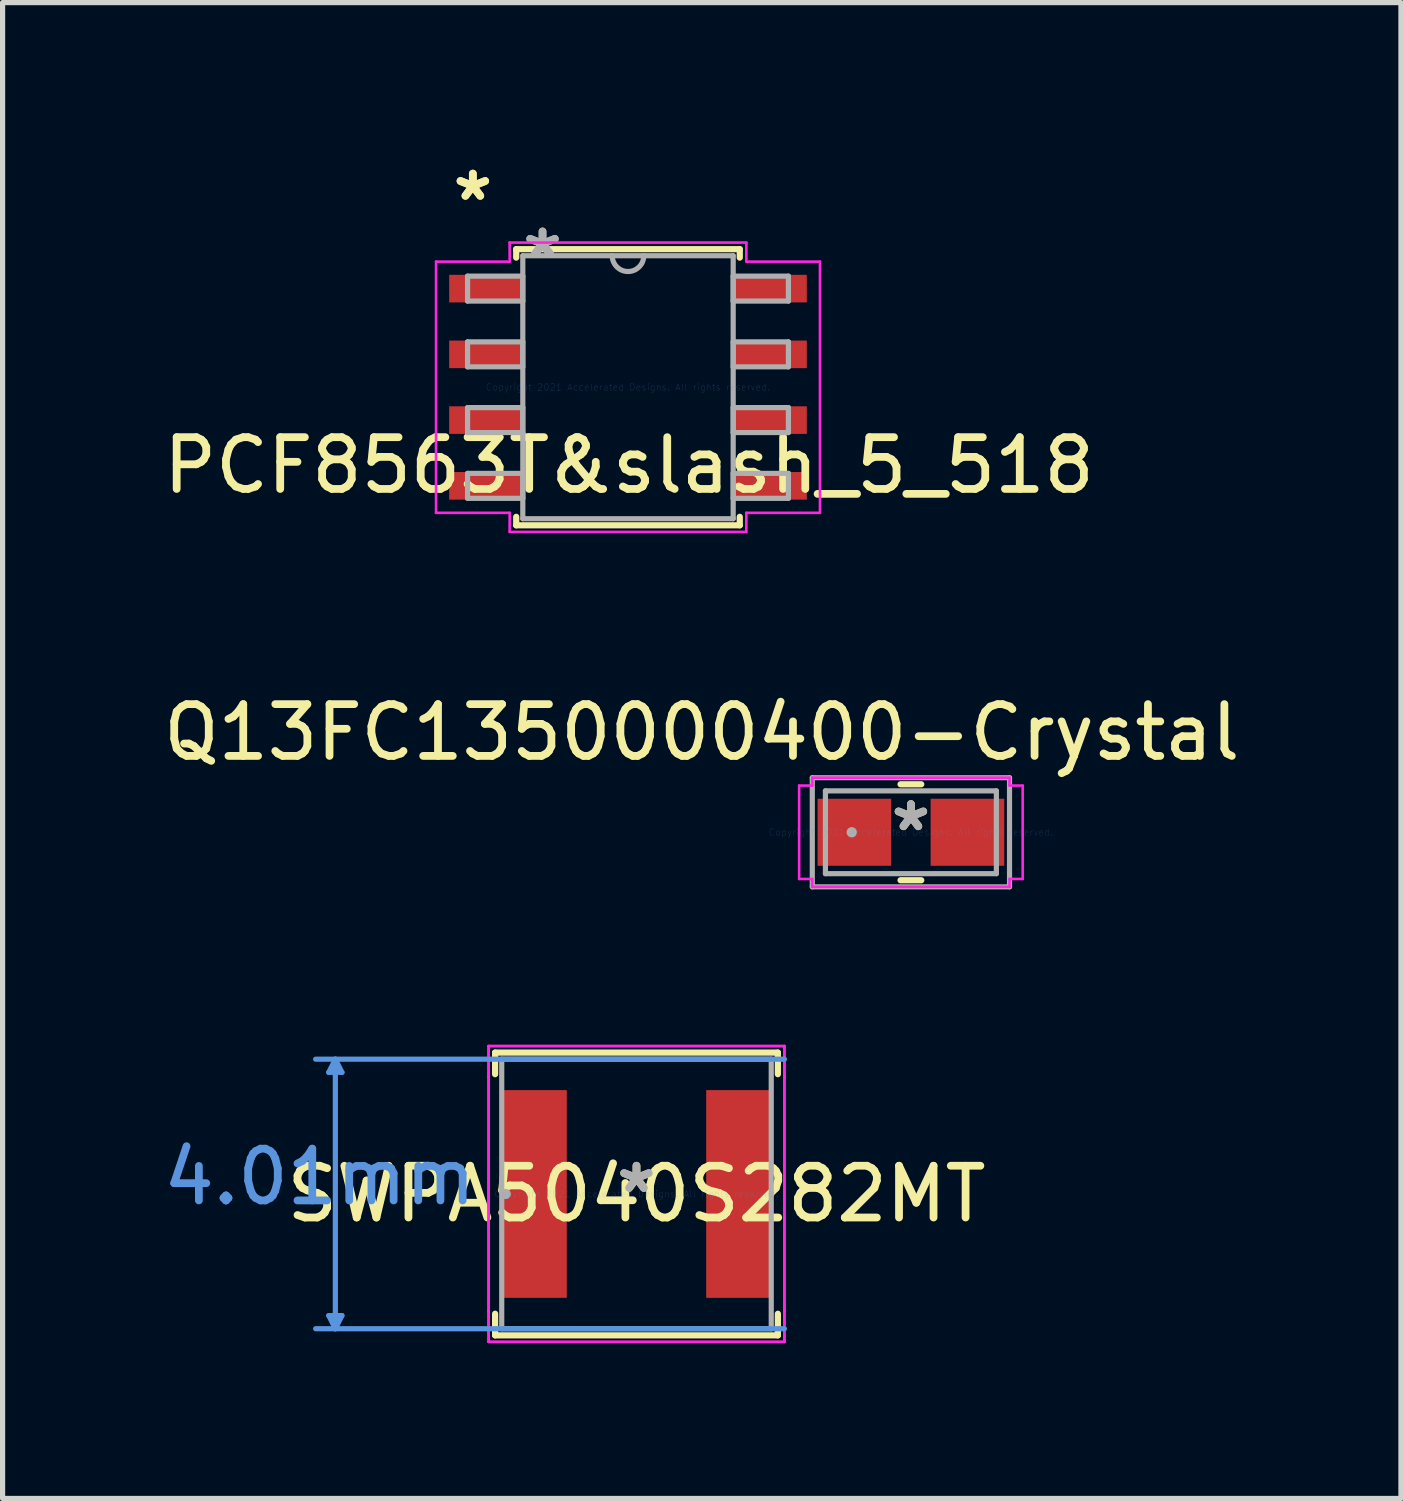
<source format=kicad_pcb>
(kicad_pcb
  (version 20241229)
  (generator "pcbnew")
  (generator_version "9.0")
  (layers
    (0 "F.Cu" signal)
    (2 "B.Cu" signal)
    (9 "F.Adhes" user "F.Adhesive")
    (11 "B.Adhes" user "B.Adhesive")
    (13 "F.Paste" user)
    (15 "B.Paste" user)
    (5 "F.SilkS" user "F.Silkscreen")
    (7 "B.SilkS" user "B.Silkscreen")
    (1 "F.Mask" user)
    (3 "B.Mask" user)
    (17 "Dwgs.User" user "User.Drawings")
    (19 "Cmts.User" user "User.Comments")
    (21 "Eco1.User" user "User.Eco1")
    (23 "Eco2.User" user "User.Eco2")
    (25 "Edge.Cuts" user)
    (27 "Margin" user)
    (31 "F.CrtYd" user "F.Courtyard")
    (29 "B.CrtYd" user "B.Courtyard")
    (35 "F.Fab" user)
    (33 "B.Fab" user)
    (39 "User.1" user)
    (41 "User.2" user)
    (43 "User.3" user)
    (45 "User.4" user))
  (footprint "SWPA5040S282MT"
    (layer "F.Cu")
    (at 9.245 20.014)
    (property "Reference" "SWPA5040S282MT" (at 0 0 0) (layer "F.SilkS") (effects (font (size 1 1) (thickness 0.15))))
    (attr through_hole)
    (fp_line (start -2.731 -2.731) (end -2.731 -2.314) (stroke (width 0.12) (type solid)) (layer "F.SilkS"))
    (fp_line (start -2.731 2.314) (end -2.731 2.731) (stroke (width 0.12) (type solid)) (layer "F.SilkS"))
    (fp_line (start -2.731 2.731) (end 2.731 2.731) (stroke (width 0.12) (type solid)) (layer "F.SilkS"))
    (fp_line (start 2.731 -2.731) (end -2.731 -2.731) (stroke (width 0.12) (type solid)) (layer "F.SilkS"))
    (fp_line (start 2.731 -2.314) (end 2.731 -2.731) (stroke (width 0.12) (type solid)) (layer "F.SilkS"))
    (fp_line (start 2.731 2.731) (end 2.731 2.314) (stroke (width 0.12) (type solid)) (layer "F.SilkS"))
    (fp_line (start -5.944 -2.349) (end -5.69 -2.349) (stroke (width 0.1) (type solid)) (layer "Cmts.User"))
    (fp_line (start -5.944 2.349) (end -5.69 2.349) (stroke (width 0.1) (type solid)) (layer "Cmts.User"))
    (fp_line (start -5.817 -2.603) (end -5.944 -2.349) (stroke (width 0.1) (type solid)) (layer "Cmts.User"))
    (fp_line (start -5.817 -2.603) (end -5.817 2.603) (stroke (width 0.1) (type solid)) (layer "Cmts.User"))
    (fp_line (start -5.817 -2.603) (end -5.69 -2.349) (stroke (width 0.1) (type solid)) (layer "Cmts.User"))
    (fp_line (start -5.817 2.603) (end -5.944 2.349) (stroke (width 0.1) (type solid)) (layer "Cmts.User"))
    (fp_line (start -5.817 2.603) (end -5.69 2.349) (stroke (width 0.1) (type solid)) (layer "Cmts.User"))
    (fp_line (start 2.857 -2.603) (end -6.198 -2.603) (stroke (width 0.1) (type solid)) (layer "Cmts.User"))
    (fp_line (start 2.857 2.603) (end -6.198 2.603) (stroke (width 0.1) (type solid)) (layer "Cmts.User"))
    (fp_line (start -2.857 -2.857) (end 2.857 -2.857) (stroke (width 0.05) (type solid)) (layer "F.CrtYd"))
    (fp_line (start -2.857 -2.857) (end 2.857 -2.857) (stroke (width 0.05) (type solid)) (layer "F.CrtYd"))
    (fp_line (start -2.857 -2.261) (end -2.857 -2.857) (stroke (width 0.05) (type solid)) (layer "F.CrtYd"))
    (fp_line (start -2.857 -2.261) (end -2.857 -2.857) (stroke (width 0.05) (type solid)) (layer "F.CrtYd"))
    (fp_line (start -2.857 -2.261) (end -2.857 -2.261) (stroke (width 0.05) (type solid)) (layer "F.CrtYd"))
    (fp_line (start -2.857 -2.261) (end -2.857 -2.261) (stroke (width 0.05) (type solid)) (layer "F.CrtYd"))
    (fp_line (start -2.857 2.261) (end -2.857 -2.261) (stroke (width 0.05) (type solid)) (layer "F.CrtYd"))
    (fp_line (start -2.857 2.261) (end -2.857 -2.261) (stroke (width 0.05) (type solid)) (layer "F.CrtYd"))
    (fp_line (start -2.857 2.261) (end -2.857 2.261) (stroke (width 0.05) (type solid)) (layer "F.CrtYd"))
    (fp_line (start -2.857 2.261) (end -2.857 2.261) (stroke (width 0.05) (type solid)) (layer "F.CrtYd"))
    (fp_line (start -2.857 2.857) (end -2.857 2.261) (stroke (width 0.05) (type solid)) (layer "F.CrtYd"))
    (fp_line (start -2.857 2.857) (end -2.857 2.261) (stroke (width 0.05) (type solid)) (layer "F.CrtYd"))
    (fp_line (start 2.857 -2.857) (end 2.857 -2.261) (stroke (width 0.05) (type solid)) (layer "F.CrtYd"))
    (fp_line (start 2.857 -2.857) (end 2.857 -2.261) (stroke (width 0.05) (type solid)) (layer "F.CrtYd"))
    (fp_line (start 2.857 -2.261) (end 2.857 -2.261) (stroke (width 0.05) (type solid)) (layer "F.CrtYd"))
    (fp_line (start 2.857 -2.261) (end 2.857 -2.261) (stroke (width 0.05) (type solid)) (layer "F.CrtYd"))
    (fp_line (start 2.857 -2.261) (end 2.857 2.261) (stroke (width 0.05) (type solid)) (layer "F.CrtYd"))
    (fp_line (start 2.857 -2.261) (end 2.857 2.261) (stroke (width 0.05) (type solid)) (layer "F.CrtYd"))
    (fp_line (start 2.857 2.261) (end 2.857 2.261) (stroke (width 0.05) (type solid)) (layer "F.CrtYd"))
    (fp_line (start 2.857 2.261) (end 2.857 2.261) (stroke (width 0.05) (type solid)) (layer "F.CrtYd"))
    (fp_line (start 2.857 2.261) (end 2.857 2.857) (stroke (width 0.05) (type solid)) (layer "F.CrtYd"))
    (fp_line (start 2.857 2.261) (end 2.857 2.857) (stroke (width 0.05) (type solid)) (layer "F.CrtYd"))
    (fp_line (start 2.857 2.857) (end -2.857 2.857) (stroke (width 0.05) (type solid)) (layer "F.CrtYd"))
    (fp_line (start 2.857 2.857) (end -2.857 2.857) (stroke (width 0.05) (type solid)) (layer "F.CrtYd"))
    (fp_line (start -2.603 -2.603) (end -2.603 2.603) (stroke (width 0.1) (type solid)) (layer "F.Fab"))
    (fp_line (start -2.603 2.603) (end 2.603 2.603) (stroke (width 0.1) (type solid)) (layer "F.Fab"))
    (fp_line (start 2.603 -2.603) (end -2.603 -2.603) (stroke (width 0.1) (type solid)) (layer "F.Fab"))
    (fp_line (start 2.603 2.603) (end 2.603 -2.603) (stroke (width 0.1) (type solid)) (layer "F.Fab"))
    (fp_circle (center -2.527 0) (end -2.527 0) (stroke (width 0.1) (type solid)) (fill no) (layer "F.Fab"))
    (fp_text user "*" (at 0 0 0) (layer "F.SilkS") (effects (font (size 1 1) (thickness 0.15))))
    (fp_text user "4.01mm" (at -6.12 -0.33 0) (layer "Cmts.User") (effects (font (size 1 1) (thickness 0.15))))
    (fp_text user "Copyright 2021 Accelerated Designs. All rights reserved." (at 0 0 0) (layer "Cmts.User") (effects (font (size 0.127 0.127) (thickness 0.002))))
    (fp_text user "*" (at 0 0 0) (layer "F.Fab") (effects (font (size 1 1) (thickness 0.15))))
    (pad "1" smd rect (at -1.975 0) (size 1.257 4.013) (layers "F.Cu" "F.Mask" "F.Paste"))
    (pad "2" smd rect (at 1.975 0) (size 1.257 4.013) (layers "F.Cu" "F.Mask" "F.Paste")))
  (footprint "Q13FC1350000400-Crystal"
    (layer "F.Cu")
    (at 14.546 13.027)
    (property "Reference" "Q13FC1350000400-Crystal" (at -4.04 -1.93 0) (layer "F.SilkS") (effects (font (size 1 1) (thickness 0.15))))
    (attr through_hole)
    (fp_line (start -0.2 0.927) (end 0.2 0.927) (stroke (width 0.12) (type solid)) (layer "F.SilkS"))
    (fp_line (start 0.2 -0.927) (end -0.2 -0.927) (stroke (width 0.12) (type solid)) (layer "F.SilkS"))
    (fp_line (start -2.159 -0.902) (end -1.905 -0.902) (stroke (width 0.05) (type solid)) (layer "F.CrtYd"))
    (fp_line (start -2.159 0.902) (end -2.159 -0.902) (stroke (width 0.05) (type solid)) (layer "F.CrtYd"))
    (fp_line (start -1.905 -1.054) (end 1.905 -1.054) (stroke (width 0.05) (type solid)) (layer "F.CrtYd"))
    (fp_line (start -1.905 -0.902) (end -1.905 -1.054) (stroke (width 0.05) (type solid)) (layer "F.CrtYd"))
    (fp_line (start -1.905 0.902) (end -2.159 0.902) (stroke (width 0.05) (type solid)) (layer "F.CrtYd"))
    (fp_line (start -1.905 1.054) (end -1.905 0.902) (stroke (width 0.05) (type solid)) (layer "F.CrtYd"))
    (fp_line (start 1.905 -1.054) (end 1.905 -0.902) (stroke (width 0.05) (type solid)) (layer "F.CrtYd"))
    (fp_line (start 1.905 -0.902) (end 2.159 -0.902) (stroke (width 0.05) (type solid)) (layer "F.CrtYd"))
    (fp_line (start 1.905 0.902) (end 1.905 1.054) (stroke (width 0.05) (type solid)) (layer "F.CrtYd"))
    (fp_line (start 1.905 1.054) (end -1.905 1.054) (stroke (width 0.05) (type solid)) (layer "F.CrtYd"))
    (fp_line (start 2.159 -0.902) (end 2.159 0.902) (stroke (width 0.05) (type solid)) (layer "F.CrtYd"))
    (fp_line (start 2.159 0.902) (end 1.905 0.902) (stroke (width 0.05) (type solid)) (layer "F.CrtYd"))
    (fp_line (start -1.905 -1.054) (end 1.905 -1.054) (stroke (width 0.1) (type solid)) (layer "F.Fab"))
    (fp_line (start -1.905 1.054) (end -1.905 -1.054) (stroke (width 0.1) (type solid)) (layer "F.Fab"))
    (fp_line (start -1.651 -0.8) (end -1.651 0.8) (stroke (width 0.1) (type solid)) (layer "F.Fab"))
    (fp_line (start -1.651 0.8) (end 1.651 0.8) (stroke (width 0.1) (type solid)) (layer "F.Fab"))
    (fp_line (start 1.651 -0.8) (end -1.651 -0.8) (stroke (width 0.1) (type solid)) (layer "F.Fab"))
    (fp_line (start 1.651 0.8) (end 1.651 -0.8) (stroke (width 0.1) (type solid)) (layer "F.Fab"))
    (fp_line (start 1.905 -1.054) (end 1.905 1.054) (stroke (width 0.1) (type solid)) (layer "F.Fab"))
    (fp_line (start 1.905 1.054) (end -1.905 1.054) (stroke (width 0.1) (type solid)) (layer "F.Fab"))
    (fp_circle (center -1.143 0) (end -1.143 0) (stroke (width 0.1) (type solid)) (fill no) (layer "F.Fab"))
    (fp_text user "*" (at 0 0 0) (layer "F.SilkS") (effects (font (size 1 1) (thickness 0.15))))
    (fp_text user "Copyright 2021 Accelerated Designs. All rights reserved." (at 0 0 0) (layer "Cmts.User") (effects (font (size 0.127 0.127) (thickness 0.002))))
    (fp_text user "*" (at 0 0 0) (layer "F.Fab") (effects (font (size 1 1) (thickness 0.15))))
    (pad "1" smd rect (at -1.092 0 90) (size 1.295 1.422) (layers "F.Cu" "F.Mask" "F.Paste"))
    (pad "2" smd rect (at 1.092 0 90) (size 1.295 1.422) (layers "F.Cu" "F.Mask" "F.Paste")))
  (footprint "PCF8563T&slash_5_518"
    (layer "F.Cu")
    (at 9.081 4.43)
    (property "Reference" "PCF8563T&slash_5_518" (at 0.02 1.51 0) (layer "F.SilkS") (effects (font (size 1 1) (thickness 0.15))))
    (attr through_hole)
    (fp_line (start -2.159 -2.667) (end -2.159 -2.504) (stroke (width 0.12) (type solid)) (layer "F.SilkS"))
    (fp_line (start -2.159 2.504) (end -2.159 2.667) (stroke (width 0.12) (type solid)) (layer "F.SilkS"))
    (fp_line (start -2.159 2.667) (end 2.159 2.667) (stroke (width 0.12) (type solid)) (layer "F.SilkS"))
    (fp_line (start 2.159 -2.667) (end -2.159 -2.667) (stroke (width 0.12) (type solid)) (layer "F.SilkS"))
    (fp_line (start 2.159 -2.504) (end 2.159 -2.667) (stroke (width 0.12) (type solid)) (layer "F.SilkS"))
    (fp_line (start 2.159 2.667) (end 2.159 2.504) (stroke (width 0.12) (type solid)) (layer "F.SilkS"))
    (fp_line (start -3.708 -2.426) (end -2.286 -2.426) (stroke (width 0.05) (type solid)) (layer "F.CrtYd"))
    (fp_line (start -3.708 2.426) (end -3.708 -2.426) (stroke (width 0.05) (type solid)) (layer "F.CrtYd"))
    (fp_line (start -2.286 -2.794) (end 2.286 -2.794) (stroke (width 0.05) (type solid)) (layer "F.CrtYd"))
    (fp_line (start -2.286 -2.426) (end -2.286 -2.794) (stroke (width 0.05) (type solid)) (layer "F.CrtYd"))
    (fp_line (start -2.286 2.426) (end -3.708 2.426) (stroke (width 0.05) (type solid)) (layer "F.CrtYd"))
    (fp_line (start -2.286 2.794) (end -2.286 2.426) (stroke (width 0.05) (type solid)) (layer "F.CrtYd"))
    (fp_line (start 2.286 -2.794) (end 2.286 -2.426) (stroke (width 0.05) (type solid)) (layer "F.CrtYd"))
    (fp_line (start 2.286 2.426) (end 2.286 2.794) (stroke (width 0.05) (type solid)) (layer "F.CrtYd"))
    (fp_line (start 2.286 2.794) (end -2.286 2.794) (stroke (width 0.05) (type solid)) (layer "F.CrtYd"))
    (fp_line (start 3.708 -2.426) (end 2.286 -2.426) (stroke (width 0.05) (type solid)) (layer "F.CrtYd"))
    (fp_line (start 3.708 -2.426) (end 3.708 2.426) (stroke (width 0.05) (type solid)) (layer "F.CrtYd"))
    (fp_line (start 3.708 2.426) (end 2.286 2.426) (stroke (width 0.05) (type solid)) (layer "F.CrtYd"))
    (fp_line (start -3.099 -2.146) (end -3.099 -1.664) (stroke (width 0.1) (type solid)) (layer "F.Fab"))
    (fp_line (start -3.099 -1.664) (end -2.032 -1.664) (stroke (width 0.1) (type solid)) (layer "F.Fab"))
    (fp_line (start -3.099 -0.876) (end -3.099 -0.394) (stroke (width 0.1) (type solid)) (layer "F.Fab"))
    (fp_line (start -3.099 -0.394) (end -2.032 -0.394) (stroke (width 0.1) (type solid)) (layer "F.Fab"))
    (fp_line (start -3.099 0.394) (end -3.099 0.876) (stroke (width 0.1) (type solid)) (layer "F.Fab"))
    (fp_line (start -3.099 0.876) (end -2.032 0.876) (stroke (width 0.1) (type solid)) (layer "F.Fab"))
    (fp_line (start -3.099 1.664) (end -3.099 2.146) (stroke (width 0.1) (type solid)) (layer "F.Fab"))
    (fp_line (start -3.099 2.146) (end -2.032 2.146) (stroke (width 0.1) (type solid)) (layer "F.Fab"))
    (fp_line (start -2.032 -2.54) (end -2.032 2.54) (stroke (width 0.1) (type solid)) (layer "F.Fab"))
    (fp_line (start -2.032 -2.146) (end -3.099 -2.146) (stroke (width 0.1) (type solid)) (layer "F.Fab"))
    (fp_line (start -2.032 -1.664) (end -2.032 -2.146) (stroke (width 0.1) (type solid)) (layer "F.Fab"))
    (fp_line (start -2.032 -0.876) (end -3.099 -0.876) (stroke (width 0.1) (type solid)) (layer "F.Fab"))
    (fp_line (start -2.032 -0.394) (end -2.032 -0.876) (stroke (width 0.1) (type solid)) (layer "F.Fab"))
    (fp_line (start -2.032 0.394) (end -3.099 0.394) (stroke (width 0.1) (type solid)) (layer "F.Fab"))
    (fp_line (start -2.032 0.876) (end -2.032 0.394) (stroke (width 0.1) (type solid)) (layer "F.Fab"))
    (fp_line (start -2.032 1.664) (end -3.099 1.664) (stroke (width 0.1) (type solid)) (layer "F.Fab"))
    (fp_line (start -2.032 2.146) (end -2.032 1.664) (stroke (width 0.1) (type solid)) (layer "F.Fab"))
    (fp_line (start -2.032 2.54) (end 2.032 2.54) (stroke (width 0.1) (type solid)) (layer "F.Fab"))
    (fp_line (start 2.032 -2.54) (end -2.032 -2.54) (stroke (width 0.1) (type solid)) (layer "F.Fab"))
    (fp_line (start 2.032 -2.146) (end 2.032 -1.664) (stroke (width 0.1) (type solid)) (layer "F.Fab"))
    (fp_line (start 2.032 -1.664) (end 3.099 -1.664) (stroke (width 0.1) (type solid)) (layer "F.Fab"))
    (fp_line (start 2.032 -0.876) (end 2.032 -0.394) (stroke (width 0.1) (type solid)) (layer "F.Fab"))
    (fp_line (start 2.032 -0.394) (end 3.099 -0.394) (stroke (width 0.1) (type solid)) (layer "F.Fab"))
    (fp_line (start 2.032 0.394) (end 2.032 0.876) (stroke (width 0.1) (type solid)) (layer "F.Fab"))
    (fp_line (start 2.032 0.876) (end 3.099 0.876) (stroke (width 0.1) (type solid)) (layer "F.Fab"))
    (fp_line (start 2.032 1.664) (end 2.032 2.146) (stroke (width 0.1) (type solid)) (layer "F.Fab"))
    (fp_line (start 2.032 2.146) (end 3.099 2.146) (stroke (width 0.1) (type solid)) (layer "F.Fab"))
    (fp_line (start 2.032 2.54) (end 2.032 -2.54) (stroke (width 0.1) (type solid)) (layer "F.Fab"))
    (fp_line (start 3.099 -2.146) (end 2.032 -2.146) (stroke (width 0.1) (type solid)) (layer "F.Fab"))
    (fp_line (start 3.099 -1.664) (end 3.099 -2.146) (stroke (width 0.1) (type solid)) (layer "F.Fab"))
    (fp_line (start 3.099 -0.876) (end 2.032 -0.876) (stroke (width 0.1) (type solid)) (layer "F.Fab"))
    (fp_line (start 3.099 -0.394) (end 3.099 -0.876) (stroke (width 0.1) (type solid)) (layer "F.Fab"))
    (fp_line (start 3.099 0.394) (end 2.032 0.394) (stroke (width 0.1) (type solid)) (layer "F.Fab"))
    (fp_line (start 3.099 0.876) (end 3.099 0.394) (stroke (width 0.1) (type solid)) (layer "F.Fab"))
    (fp_line (start 3.099 1.664) (end 2.032 1.664) (stroke (width 0.1) (type solid)) (layer "F.Fab"))
    (fp_line (start 3.099 2.146) (end 3.099 1.664) (stroke (width 0.1) (type solid)) (layer "F.Fab"))
    (fp_arc (start 0.3048 -2.54) (mid 0 -2.2352) (end -0.3048 -2.54) (stroke (width 0.1) (type solid)) (layer "F.Fab"))
    (fp_text user "*" (at -2.997 -3.581 0) (layer "F.SilkS") (effects (font (size 1 1) (thickness 0.15))))
    (fp_text user "*" (at -2.997 -3.581 0) (layer "F.SilkS") (effects (font (size 1 1) (thickness 0.15))))
    (fp_text user "Copyright 2021 Accelerated Designs. All rights reserved." (at 0 0 0) (layer "Cmts.User") (effects (font (size 0.127 0.127) (thickness 0.002))))
    (fp_text user "*" (at -1.651 -2.464 0) (layer "F.Fab") (effects (font (size 1 1) (thickness 0.15))))
    (fp_text user "*" (at -1.651 -2.464 0) (layer "F.Fab") (effects (font (size 1 1) (thickness 0.15))))
    (pad "1" smd rect (at -2.743 -1.905) (size 1.422 0.533) (layers "F.Cu" "F.Mask" "F.Paste"))
    (pad "2" smd rect (at -2.743 -0.635) (size 1.422 0.533) (layers "F.Cu" "F.Mask" "F.Paste"))
    (pad "3" smd rect (at -2.743 0.635) (size 1.422 0.533) (layers "F.Cu" "F.Mask" "F.Paste"))
    (pad "4" smd rect (at -2.743 1.905) (size 1.422 0.533) (layers "F.Cu" "F.Mask" "F.Paste"))
    (pad "5" smd rect (at 2.743 1.905) (size 1.422 0.533) (layers "F.Cu" "F.Mask" "F.Paste"))
    (pad "6" smd rect (at 2.743 0.635) (size 1.422 0.533) (layers "F.Cu" "F.Mask" "F.Paste"))
    (pad "7" smd rect (at 2.743 -0.635) (size 1.422 0.533) (layers "F.Cu" "F.Mask" "F.Paste"))
    (pad "8" smd rect (at 2.743 -1.905) (size 1.422 0.533) (layers "F.Cu" "F.Mask" "F.Paste")))
  (gr_rect
    (start -3 -3)
    (end 24.012 25.896)
    (stroke (width 0.1) (type default))
    (fill no)
    (layer "Edge.Cuts")))
</source>
